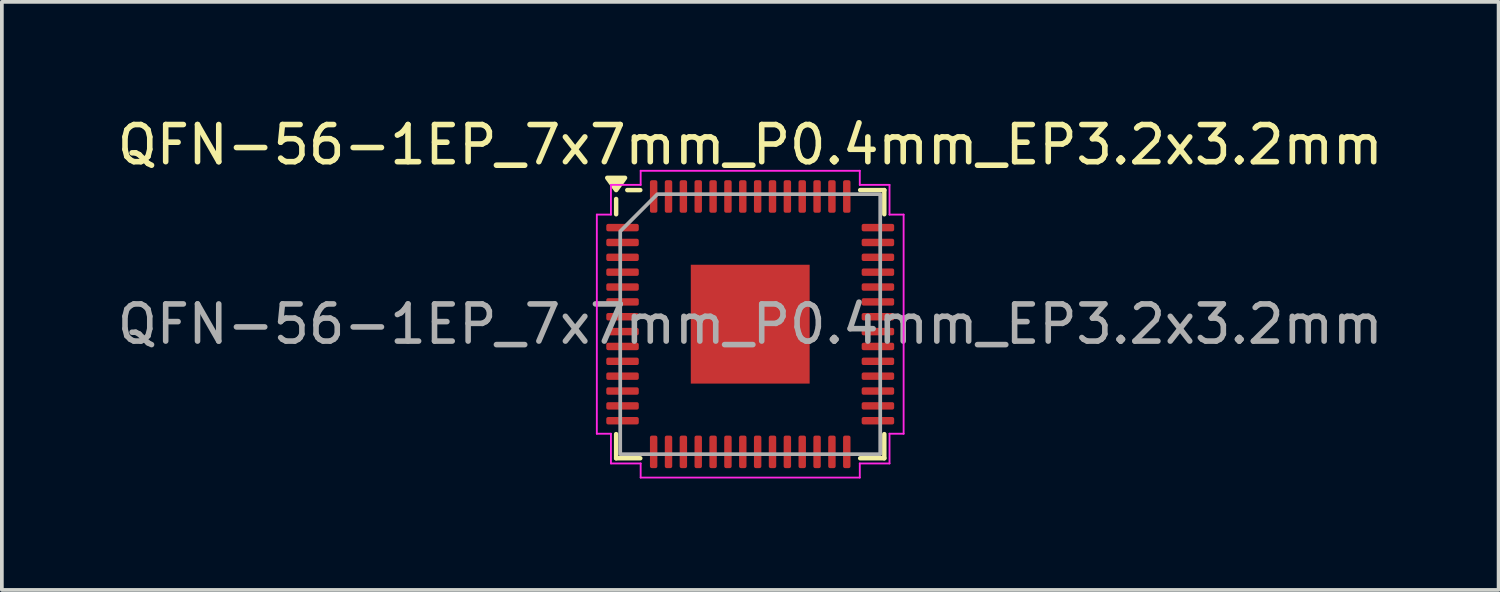
<source format=kicad_pcb>
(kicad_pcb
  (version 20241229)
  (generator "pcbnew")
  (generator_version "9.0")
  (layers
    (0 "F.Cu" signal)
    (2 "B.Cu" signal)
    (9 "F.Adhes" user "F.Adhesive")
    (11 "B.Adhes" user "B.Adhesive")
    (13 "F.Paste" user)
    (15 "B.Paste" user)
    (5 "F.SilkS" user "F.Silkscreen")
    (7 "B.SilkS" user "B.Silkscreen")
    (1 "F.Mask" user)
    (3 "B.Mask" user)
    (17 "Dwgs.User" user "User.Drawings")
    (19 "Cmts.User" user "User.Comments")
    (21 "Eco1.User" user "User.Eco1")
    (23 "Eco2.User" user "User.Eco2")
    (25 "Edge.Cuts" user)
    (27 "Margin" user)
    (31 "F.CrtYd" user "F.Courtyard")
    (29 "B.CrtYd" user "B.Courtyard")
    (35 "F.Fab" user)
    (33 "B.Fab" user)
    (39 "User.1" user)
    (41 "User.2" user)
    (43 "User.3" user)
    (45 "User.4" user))
  (footprint "QFN-56-1EP_7x7mm_P0.4mm_EP3.2x3.2mm"
    (layer "F.Cu")
    (at 17.149 5.678)
    (property "Reference" "QFN-56-1EP_7x7mm_P0.4mm_EP3.2x3.2mm" (at 0 -4.83 0) (layer "F.SilkS") (effects (font (size 1 1) (thickness 0.15))))
    (attr smd)
    (fp_line (start -3.61 -2.96) (end -3.61 -3.37) (stroke (width 0.12) (type solid)) (layer "F.SilkS"))
    (fp_line (start -3.61 3.61) (end -3.61 2.96) (stroke (width 0.12) (type solid)) (layer "F.SilkS"))
    (fp_line (start -2.96 -3.61) (end -3.31 -3.61) (stroke (width 0.12) (type solid)) (layer "F.SilkS"))
    (fp_line (start -2.96 3.61) (end -3.61 3.61) (stroke (width 0.12) (type solid)) (layer "F.SilkS"))
    (fp_line (start 2.96 -3.61) (end 3.61 -3.61) (stroke (width 0.12) (type solid)) (layer "F.SilkS"))
    (fp_line (start 2.96 3.61) (end 3.61 3.61) (stroke (width 0.12) (type solid)) (layer "F.SilkS"))
    (fp_line (start 3.61 -3.61) (end 3.61 -2.96) (stroke (width 0.12) (type solid)) (layer "F.SilkS"))
    (fp_line (start 3.61 3.61) (end 3.61 2.96) (stroke (width 0.12) (type solid)) (layer "F.SilkS"))
    (fp_poly (pts (xy -3.61 -3.61) (xy -3.85 -3.94) (xy -3.37 -3.94)) (stroke (width 0.12) (type solid)) (fill yes) (layer "F.SilkS"))
    (fp_line (start -4.13 -2.95) (end -3.75 -2.95) (stroke (width 0.05) (type solid)) (layer "F.CrtYd"))
    (fp_line (start -4.13 2.95) (end -4.13 -2.95) (stroke (width 0.05) (type solid)) (layer "F.CrtYd"))
    (fp_line (start -3.75 -3.75) (end -2.95 -3.75) (stroke (width 0.05) (type solid)) (layer "F.CrtYd"))
    (fp_line (start -3.75 -2.95) (end -3.75 -3.75) (stroke (width 0.05) (type solid)) (layer "F.CrtYd"))
    (fp_line (start -3.75 2.95) (end -4.13 2.95) (stroke (width 0.05) (type solid)) (layer "F.CrtYd"))
    (fp_line (start -3.75 3.75) (end -3.75 2.95) (stroke (width 0.05) (type solid)) (layer "F.CrtYd"))
    (fp_line (start -2.95 -4.13) (end 2.95 -4.13) (stroke (width 0.05) (type solid)) (layer "F.CrtYd"))
    (fp_line (start -2.95 -3.75) (end -2.95 -4.13) (stroke (width 0.05) (type solid)) (layer "F.CrtYd"))
    (fp_line (start -2.95 3.75) (end -3.75 3.75) (stroke (width 0.05) (type solid)) (layer "F.CrtYd"))
    (fp_line (start -2.95 4.13) (end -2.95 3.75) (stroke (width 0.05) (type solid)) (layer "F.CrtYd"))
    (fp_line (start 2.95 -4.13) (end 2.95 -3.75) (stroke (width 0.05) (type solid)) (layer "F.CrtYd"))
    (fp_line (start 2.95 -3.75) (end 3.75 -3.75) (stroke (width 0.05) (type solid)) (layer "F.CrtYd"))
    (fp_line (start 2.95 3.75) (end 2.95 4.13) (stroke (width 0.05) (type solid)) (layer "F.CrtYd"))
    (fp_line (start 2.95 4.13) (end -2.95 4.13) (stroke (width 0.05) (type solid)) (layer "F.CrtYd"))
    (fp_line (start 3.75 -3.75) (end 3.75 -2.95) (stroke (width 0.05) (type solid)) (layer "F.CrtYd"))
    (fp_line (start 3.75 -2.95) (end 4.13 -2.95) (stroke (width 0.05) (type solid)) (layer "F.CrtYd"))
    (fp_line (start 3.75 2.95) (end 3.75 3.75) (stroke (width 0.05) (type solid)) (layer "F.CrtYd"))
    (fp_line (start 3.75 3.75) (end 2.95 3.75) (stroke (width 0.05) (type solid)) (layer "F.CrtYd"))
    (fp_line (start 4.13 -2.95) (end 4.13 2.95) (stroke (width 0.05) (type solid)) (layer "F.CrtYd"))
    (fp_line (start 4.13 2.95) (end 3.75 2.95) (stroke (width 0.05) (type solid)) (layer "F.CrtYd"))
    (fp_poly (pts (xy -3.5 -2.5) (xy -3.5 3.5) (xy 3.5 3.5) (xy 3.5 -3.5) (xy -2.5 -3.5)) (stroke (width 0.1) (type solid)) (fill no) (layer "F.Fab"))
    (fp_text user "${REFERENCE}" (at 0 0 0) (layer "F.Fab") (effects (font (size 1 1) (thickness 0.15))))
    (pad "" smd roundrect (at -0.8 -0.8) (size 1.29 1.29) (layers "F.Paste") (roundrect_rratio 0.194))
    (pad "" smd roundrect (at -0.8 0.8) (size 1.29 1.29) (layers "F.Paste") (roundrect_rratio 0.194))
    (pad "" smd roundrect (at 0.8 -0.8) (size 1.29 1.29) (layers "F.Paste") (roundrect_rratio 0.194))
    (pad "" smd roundrect (at 0.8 0.8) (size 1.29 1.29) (layers "F.Paste") (roundrect_rratio 0.194))
    (pad "1" smd roundrect (at -3.438 -2.6) (size 0.875 0.2) (layers "F.Cu" "F.Mask" "F.Paste") (roundrect_rratio 0.25))
    (pad "2" smd roundrect (at -3.438 -2.2) (size 0.875 0.2) (layers "F.Cu" "F.Mask" "F.Paste") (roundrect_rratio 0.25))
    (pad "3" smd roundrect (at -3.438 -1.8) (size 0.875 0.2) (layers "F.Cu" "F.Mask" "F.Paste") (roundrect_rratio 0.25))
    (pad "4" smd roundrect (at -3.438 -1.4) (size 0.875 0.2) (layers "F.Cu" "F.Mask" "F.Paste") (roundrect_rratio 0.25))
    (pad "5" smd roundrect (at -3.438 -1) (size 0.875 0.2) (layers "F.Cu" "F.Mask" "F.Paste") (roundrect_rratio 0.25))
    (pad "6" smd roundrect (at -3.438 -0.6) (size 0.875 0.2) (layers "F.Cu" "F.Mask" "F.Paste") (roundrect_rratio 0.25))
    (pad "7" smd roundrect (at -3.438 -0.2) (size 0.875 0.2) (layers "F.Cu" "F.Mask" "F.Paste") (roundrect_rratio 0.25))
    (pad "8" smd roundrect (at -3.438 0.2) (size 0.875 0.2) (layers "F.Cu" "F.Mask" "F.Paste") (roundrect_rratio 0.25))
    (pad "9" smd roundrect (at -3.438 0.6) (size 0.875 0.2) (layers "F.Cu" "F.Mask" "F.Paste") (roundrect_rratio 0.25))
    (pad "10" smd roundrect (at -3.438 1) (size 0.875 0.2) (layers "F.Cu" "F.Mask" "F.Paste") (roundrect_rratio 0.25))
    (pad "11" smd roundrect (at -3.438 1.4) (size 0.875 0.2) (layers "F.Cu" "F.Mask" "F.Paste") (roundrect_rratio 0.25))
    (pad "12" smd roundrect (at -3.438 1.8) (size 0.875 0.2) (layers "F.Cu" "F.Mask" "F.Paste") (roundrect_rratio 0.25))
    (pad "13" smd roundrect (at -3.438 2.2) (size 0.875 0.2) (layers "F.Cu" "F.Mask" "F.Paste") (roundrect_rratio 0.25))
    (pad "14" smd roundrect (at -3.438 2.6) (size 0.875 0.2) (layers "F.Cu" "F.Mask" "F.Paste") (roundrect_rratio 0.25))
    (pad "15" smd roundrect (at -2.6 3.438) (size 0.2 0.875) (layers "F.Cu" "F.Mask" "F.Paste") (roundrect_rratio 0.25))
    (pad "16" smd roundrect (at -2.2 3.438) (size 0.2 0.875) (layers "F.Cu" "F.Mask" "F.Paste") (roundrect_rratio 0.25))
    (pad "17" smd roundrect (at -1.8 3.438) (size 0.2 0.875) (layers "F.Cu" "F.Mask" "F.Paste") (roundrect_rratio 0.25))
    (pad "18" smd roundrect (at -1.4 3.438) (size 0.2 0.875) (layers "F.Cu" "F.Mask" "F.Paste") (roundrect_rratio 0.25))
    (pad "19" smd roundrect (at -1 3.438) (size 0.2 0.875) (layers "F.Cu" "F.Mask" "F.Paste") (roundrect_rratio 0.25))
    (pad "20" smd roundrect (at -0.6 3.438) (size 0.2 0.875) (layers "F.Cu" "F.Mask" "F.Paste") (roundrect_rratio 0.25))
    (pad "21" smd roundrect (at -0.2 3.438) (size 0.2 0.875) (layers "F.Cu" "F.Mask" "F.Paste") (roundrect_rratio 0.25))
    (pad "22" smd roundrect (at 0.2 3.438) (size 0.2 0.875) (layers "F.Cu" "F.Mask" "F.Paste") (roundrect_rratio 0.25))
    (pad "23" smd roundrect (at 0.6 3.438) (size 0.2 0.875) (layers "F.Cu" "F.Mask" "F.Paste") (roundrect_rratio 0.25))
    (pad "24" smd roundrect (at 1 3.438) (size 0.2 0.875) (layers "F.Cu" "F.Mask" "F.Paste") (roundrect_rratio 0.25))
    (pad "25" smd roundrect (at 1.4 3.438) (size 0.2 0.875) (layers "F.Cu" "F.Mask" "F.Paste") (roundrect_rratio 0.25))
    (pad "26" smd roundrect (at 1.8 3.438) (size 0.2 0.875) (layers "F.Cu" "F.Mask" "F.Paste") (roundrect_rratio 0.25))
    (pad "27" smd roundrect (at 2.2 3.438) (size 0.2 0.875) (layers "F.Cu" "F.Mask" "F.Paste") (roundrect_rratio 0.25))
    (pad "28" smd roundrect (at 2.6 3.438) (size 0.2 0.875) (layers "F.Cu" "F.Mask" "F.Paste") (roundrect_rratio 0.25))
    (pad "29" smd roundrect (at 3.438 2.6) (size 0.875 0.2) (layers "F.Cu" "F.Mask" "F.Paste") (roundrect_rratio 0.25))
    (pad "30" smd roundrect (at 3.438 2.2) (size 0.875 0.2) (layers "F.Cu" "F.Mask" "F.Paste") (roundrect_rratio 0.25))
    (pad "31" smd roundrect (at 3.438 1.8) (size 0.875 0.2) (layers "F.Cu" "F.Mask" "F.Paste") (roundrect_rratio 0.25))
    (pad "32" smd roundrect (at 3.438 1.4) (size 0.875 0.2) (layers "F.Cu" "F.Mask" "F.Paste") (roundrect_rratio 0.25))
    (pad "33" smd roundrect (at 3.438 1) (size 0.875 0.2) (layers "F.Cu" "F.Mask" "F.Paste") (roundrect_rratio 0.25))
    (pad "34" smd roundrect (at 3.438 0.6) (size 0.875 0.2) (layers "F.Cu" "F.Mask" "F.Paste") (roundrect_rratio 0.25))
    (pad "35" smd roundrect (at 3.438 0.2) (size 0.875 0.2) (layers "F.Cu" "F.Mask" "F.Paste") (roundrect_rratio 0.25))
    (pad "36" smd roundrect (at 3.438 -0.2) (size 0.875 0.2) (layers "F.Cu" "F.Mask" "F.Paste") (roundrect_rratio 0.25))
    (pad "37" smd roundrect (at 3.438 -0.6) (size 0.875 0.2) (layers "F.Cu" "F.Mask" "F.Paste") (roundrect_rratio 0.25))
    (pad "38" smd roundrect (at 3.438 -1) (size 0.875 0.2) (layers "F.Cu" "F.Mask" "F.Paste") (roundrect_rratio 0.25))
    (pad "39" smd roundrect (at 3.438 -1.4) (size 0.875 0.2) (layers "F.Cu" "F.Mask" "F.Paste") (roundrect_rratio 0.25))
    (pad "40" smd roundrect (at 3.438 -1.8) (size 0.875 0.2) (layers "F.Cu" "F.Mask" "F.Paste") (roundrect_rratio 0.25))
    (pad "41" smd roundrect (at 3.438 -2.2) (size 0.875 0.2) (layers "F.Cu" "F.Mask" "F.Paste") (roundrect_rratio 0.25))
    (pad "42" smd roundrect (at 3.438 -2.6) (size 0.875 0.2) (layers "F.Cu" "F.Mask" "F.Paste") (roundrect_rratio 0.25))
    (pad "43" smd roundrect (at 2.6 -3.438) (size 0.2 0.875) (layers "F.Cu" "F.Mask" "F.Paste") (roundrect_rratio 0.25))
    (pad "44" smd roundrect (at 2.2 -3.438) (size 0.2 0.875) (layers "F.Cu" "F.Mask" "F.Paste") (roundrect_rratio 0.25))
    (pad "45" smd roundrect (at 1.8 -3.438) (size 0.2 0.875) (layers "F.Cu" "F.Mask" "F.Paste") (roundrect_rratio 0.25))
    (pad "46" smd roundrect (at 1.4 -3.438) (size 0.2 0.875) (layers "F.Cu" "F.Mask" "F.Paste") (roundrect_rratio 0.25))
    (pad "47" smd roundrect (at 1 -3.438) (size 0.2 0.875) (layers "F.Cu" "F.Mask" "F.Paste") (roundrect_rratio 0.25))
    (pad "48" smd roundrect (at 0.6 -3.438) (size 0.2 0.875) (layers "F.Cu" "F.Mask" "F.Paste") (roundrect_rratio 0.25))
    (pad "49" smd roundrect (at 0.2 -3.438) (size 0.2 0.875) (layers "F.Cu" "F.Mask" "F.Paste") (roundrect_rratio 0.25))
    (pad "50" smd roundrect (at -0.2 -3.438) (size 0.2 0.875) (layers "F.Cu" "F.Mask" "F.Paste") (roundrect_rratio 0.25))
    (pad "51" smd roundrect (at -0.6 -3.438) (size 0.2 0.875) (layers "F.Cu" "F.Mask" "F.Paste") (roundrect_rratio 0.25))
    (pad "52" smd roundrect (at -1 -3.438) (size 0.2 0.875) (layers "F.Cu" "F.Mask" "F.Paste") (roundrect_rratio 0.25))
    (pad "53" smd roundrect (at -1.4 -3.438) (size 0.2 0.875) (layers "F.Cu" "F.Mask" "F.Paste") (roundrect_rratio 0.25))
    (pad "54" smd roundrect (at -1.8 -3.438) (size 0.2 0.875) (layers "F.Cu" "F.Mask" "F.Paste") (roundrect_rratio 0.25))
    (pad "55" smd roundrect (at -2.2 -3.438) (size 0.2 0.875) (layers "F.Cu" "F.Mask" "F.Paste") (roundrect_rratio 0.25))
    (pad "56" smd roundrect (at -2.6 -3.438) (size 0.2 0.875) (layers "F.Cu" "F.Mask" "F.Paste") (roundrect_rratio 0.25))
    (pad "57" smd rect (at 0 0) (size 3.2 3.2) (property pad_prop_heatsink) (layers "F.Cu" "F.Mask")))
  (gr_rect
    (start -3 -3)
    (end 37.298 12.833)
    (stroke (width 0.1) (type default))
    (fill no)
    (layer "Edge.Cuts")))
</source>
